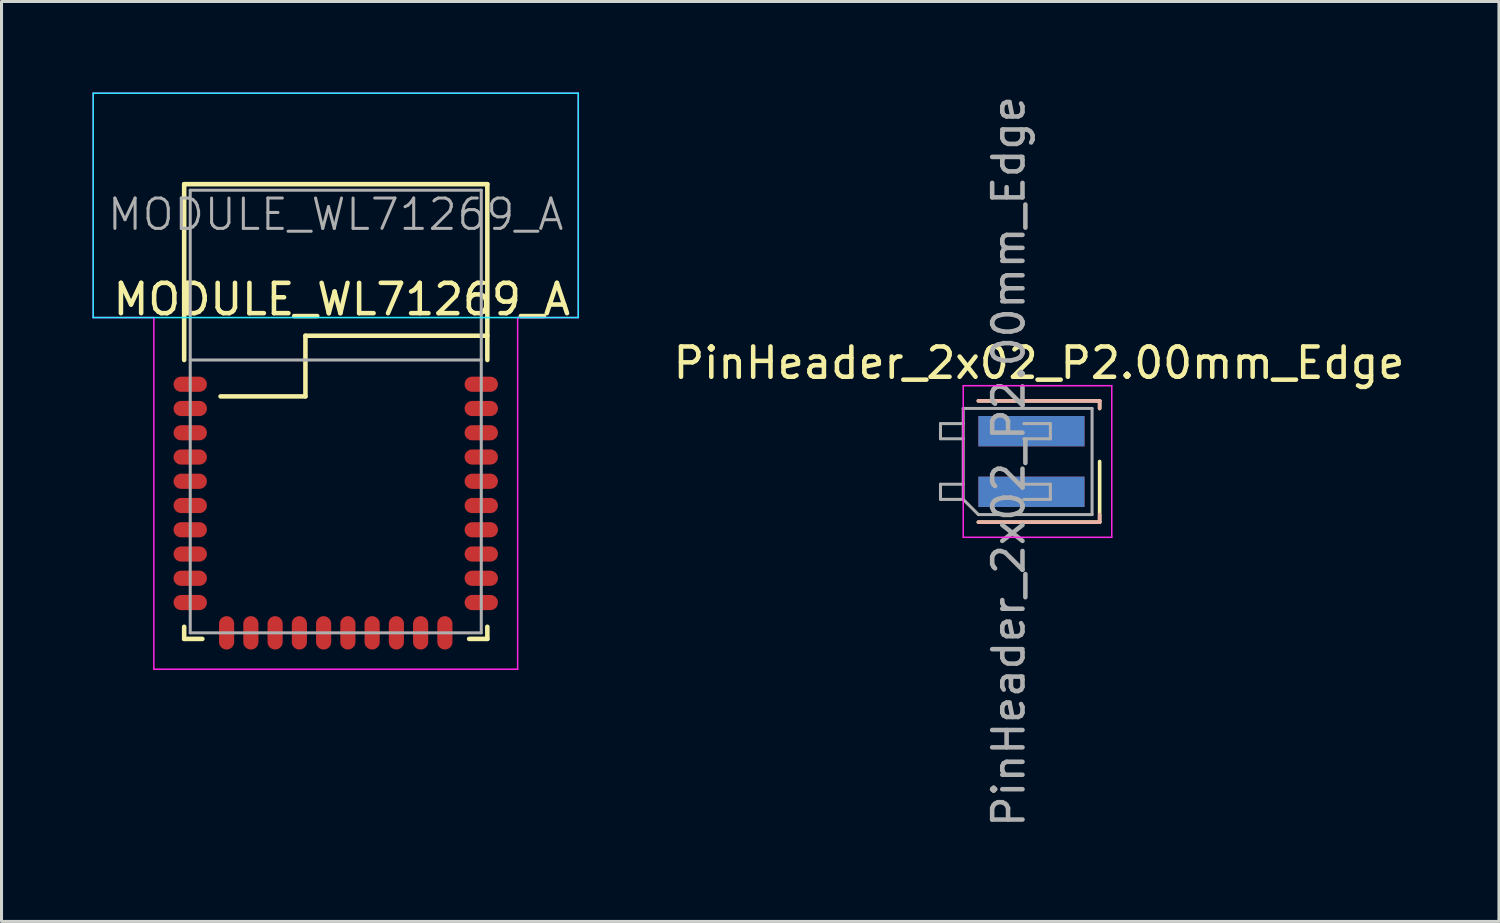
<source format=kicad_pcb>
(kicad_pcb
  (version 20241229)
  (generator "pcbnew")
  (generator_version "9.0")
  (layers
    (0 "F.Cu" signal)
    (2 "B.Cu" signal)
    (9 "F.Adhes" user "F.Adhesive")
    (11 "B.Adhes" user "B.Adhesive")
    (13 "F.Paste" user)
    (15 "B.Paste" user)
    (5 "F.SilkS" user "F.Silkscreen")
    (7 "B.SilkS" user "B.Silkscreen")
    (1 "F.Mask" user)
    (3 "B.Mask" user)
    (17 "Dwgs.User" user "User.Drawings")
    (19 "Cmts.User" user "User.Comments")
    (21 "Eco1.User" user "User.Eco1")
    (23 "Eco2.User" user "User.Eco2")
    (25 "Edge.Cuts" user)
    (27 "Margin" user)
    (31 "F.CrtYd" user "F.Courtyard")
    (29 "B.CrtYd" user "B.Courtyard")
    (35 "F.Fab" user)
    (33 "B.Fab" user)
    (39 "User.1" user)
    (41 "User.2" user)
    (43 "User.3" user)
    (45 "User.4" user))
  (footprint "MODULE_WL71269_A"
    (layer "F.Cu")
    (at 8.025 18.025)
    (property "Reference" "MODULE_WL71269_A" (at 0.2 -11.2 0) (layer "F.SilkS") (effects (font (size 1 1) (thickness 0.15))))
    (attr smd)
    (fp_line (start -5 -15) (end -5 -9.2) (stroke (width 0.15) (type solid)) (layer "F.SilkS"))
    (fp_line (start -5 -0.4) (end -5 0) (stroke (width 0.15) (type solid)) (layer "F.SilkS"))
    (fp_line (start -5 0) (end -4.4 0) (stroke (width 0.15) (type solid)) (layer "F.SilkS"))
    (fp_line (start -1 -10) (end -1 -8) (stroke (width 0.15) (type solid)) (layer "F.SilkS"))
    (fp_line (start -1 -8) (end -3.8 -8) (stroke (width 0.15) (type solid)) (layer "F.SilkS"))
    (fp_line (start 5 -15) (end -5 -15) (stroke (width 0.15) (type solid)) (layer "F.SilkS"))
    (fp_line (start 5 -10) (end -1 -10) (stroke (width 0.15) (type solid)) (layer "F.SilkS"))
    (fp_line (start 5 -9.2) (end 5 -15) (stroke (width 0.15) (type solid)) (layer "F.SilkS"))
    (fp_line (start 5 0) (end 4.4 0) (stroke (width 0.15) (type solid)) (layer "F.SilkS"))
    (fp_line (start 5 0) (end 5 -0.4) (stroke (width 0.15) (type solid)) (layer "F.SilkS"))
    (fp_line (start -8 -18) (end 8 -18) (stroke (width 0.05) (type solid)) (layer "B.CrtYd"))
    (fp_line (start -8 -10.6) (end -8 -18) (stroke (width 0.05) (type solid)) (layer "B.CrtYd"))
    (fp_line (start 8 -18) (end 8 -10.6) (stroke (width 0.05) (type solid)) (layer "B.CrtYd"))
    (fp_line (start 8 -10.6) (end -8 -10.6) (stroke (width 0.05) (type solid)) (layer "B.CrtYd"))
    (fp_line (start -8 -18) (end -8 -10.6) (stroke (width 0.05) (type solid)) (layer "F.CrtYd"))
    (fp_line (start -8 -10.6) (end -6 -10.6) (stroke (width 0.05) (type solid)) (layer "F.CrtYd"))
    (fp_line (start -6 -10.6) (end -6 1) (stroke (width 0.05) (type solid)) (layer "F.CrtYd"))
    (fp_line (start -6 1) (end 6 1) (stroke (width 0.05) (type solid)) (layer "F.CrtYd"))
    (fp_line (start 6 -10.6) (end 8 -10.6) (stroke (width 0.05) (type solid)) (layer "F.CrtYd"))
    (fp_line (start 6 1) (end 6 -10.6) (stroke (width 0.05) (type solid)) (layer "F.CrtYd"))
    (fp_line (start 8 -18) (end -8 -18) (stroke (width 0.05) (type solid)) (layer "F.CrtYd"))
    (fp_line (start 8 -10.6) (end 8 -18) (stroke (width 0.05) (type solid)) (layer "F.CrtYd"))
    (fp_line (start -4.8 -14.8) (end 4.8 -14.8) (stroke (width 0.1) (type solid)) (layer "F.Fab"))
    (fp_line (start -4.8 -9.2) (end 4.8 -9.2) (stroke (width 0.1) (type solid)) (layer "F.Fab"))
    (fp_line (start -4.8 -0.2) (end -4.8 -14.8) (stroke (width 0.1) (type solid)) (layer "F.Fab"))
    (fp_line (start 4.8 -14.8) (end 4.8 -0.2) (stroke (width 0.1) (type solid)) (layer "F.Fab"))
    (fp_line (start 4.8 -0.2) (end -4.8 -0.2) (stroke (width 0.1) (type solid)) (layer "F.Fab"))
    (fp_text user "${REFERENCE}" (at 0 -14 0) (layer "F.Fab") (effects (font (size 1 1) (thickness 0.1))))
    (pad "1" smd oval (at -4.8 -8.4) (size 1.1 0.5) (layers "F.Cu" "F.Mask" "F.Paste"))
    (pad "2" smd oval (at -4.8 -7.6) (size 1.1 0.5) (layers "F.Cu" "F.Mask" "F.Paste"))
    (pad "3" smd oval (at -4.8 -6.8) (size 1.1 0.5) (layers "F.Cu" "F.Mask" "F.Paste"))
    (pad "4" smd oval (at -4.8 -6) (size 1.1 0.5) (layers "F.Cu" "F.Mask" "F.Paste"))
    (pad "5" smd oval (at -4.8 -5.2) (size 1.1 0.5) (layers "F.Cu" "F.Mask" "F.Paste"))
    (pad "6" smd oval (at -4.8 -4.4) (size 1.1 0.5) (layers "F.Cu" "F.Mask" "F.Paste"))
    (pad "7" smd oval (at -4.8 -3.6) (size 1.1 0.5) (layers "F.Cu" "F.Mask" "F.Paste"))
    (pad "8" smd oval (at -4.8 -2.8) (size 1.1 0.5) (layers "F.Cu" "F.Mask" "F.Paste"))
    (pad "9" smd oval (at -4.8 -2) (size 1.1 0.5) (layers "F.Cu" "F.Mask" "F.Paste"))
    (pad "10" smd oval (at -4.8 -1.2) (size 1.1 0.5) (layers "F.Cu" "F.Mask" "F.Paste"))
    (pad "11" smd oval (at -3.6 -0.2) (size 0.5 1.1) (layers "F.Cu" "F.Mask" "F.Paste"))
    (pad "12" smd oval (at -2.8 -0.2) (size 0.5 1.1) (layers "F.Cu" "F.Mask" "F.Paste"))
    (pad "13" smd oval (at -2 -0.2) (size 0.5 1.1) (layers "F.Cu" "F.Mask" "F.Paste"))
    (pad "14" smd oval (at -1.2 -0.2) (size 0.5 1.1) (layers "F.Cu" "F.Mask" "F.Paste"))
    (pad "15" smd oval (at -0.4 -0.2) (size 0.5 1.1) (layers "F.Cu" "F.Mask" "F.Paste"))
    (pad "16" smd oval (at 0.4 -0.2) (size 0.5 1.1) (layers "F.Cu" "F.Mask" "F.Paste"))
    (pad "17" smd oval (at 1.2 -0.2) (size 0.5 1.1) (layers "F.Cu" "F.Mask" "F.Paste"))
    (pad "18" smd oval (at 2 -0.2) (size 0.5 1.1) (layers "F.Cu" "F.Mask" "F.Paste"))
    (pad "19" smd oval (at 2.8 -0.2) (size 0.5 1.1) (layers "F.Cu" "F.Mask" "F.Paste"))
    (pad "20" smd oval (at 3.6 -0.2) (size 0.5 1.1) (layers "F.Cu" "F.Mask" "F.Paste"))
    (pad "21" smd oval (at 4.8 -1.2) (size 1.1 0.5) (layers "F.Cu" "F.Mask" "F.Paste"))
    (pad "22" smd oval (at 4.8 -2) (size 1.1 0.5) (layers "F.Cu" "F.Mask" "F.Paste"))
    (pad "23" smd oval (at 4.8 -2.8) (size 1.1 0.5) (layers "F.Cu" "F.Mask" "F.Paste"))
    (pad "24" smd oval (at 4.8 -3.6) (size 1.1 0.5) (layers "F.Cu" "F.Mask" "F.Paste"))
    (pad "25" smd oval (at 4.8 -4.4) (size 1.1 0.5) (layers "F.Cu" "F.Mask" "F.Paste"))
    (pad "26" smd oval (at 4.8 -5.2) (size 1.1 0.5) (layers "F.Cu" "F.Mask" "F.Paste"))
    (pad "27" smd oval (at 4.8 -6) (size 1.1 0.5) (layers "F.Cu" "F.Mask" "F.Paste"))
    (pad "28" smd oval (at 4.8 -6.8) (size 1.1 0.5) (layers "F.Cu" "F.Mask" "F.Paste"))
    (pad "29" smd oval (at 4.8 -7.6) (size 1.1 0.5) (layers "F.Cu" "F.Mask" "F.Paste"))
    (pad "30" smd oval (at 4.8 -8.4) (size 1.1 0.5) (layers "F.Cu" "F.Mask" "F.Paste")))
  (footprint "PinHeader_2x02_P2.00mm_Edge"
    (layer "F.Cu")
    (at 28.723 12.173)
    (property "Reference" "PinHeader_2x02_P2.00mm_Edge" (at 2.5 -3.25 0) (layer "F.SilkS") (effects (font (size 1 1) (thickness 0.15))))
    (attr smd)
    (fp_line (start 0.5 -2) (end 4.5 -2) (stroke (width 0.12) (type solid)) (layer "F.SilkS"))
    (fp_line (start 0.5 2) (end 4.5 2) (stroke (width 0.12) (type solid)) (layer "F.SilkS"))
    (fp_line (start 4.5 -2) (end 4.5 -1.75) (stroke (width 0.12) (type solid)) (layer "F.SilkS"))
    (fp_line (start 4.5 0) (end 4.5 2) (stroke (width 0.12) (type solid)) (layer "F.SilkS"))
    (fp_line (start 0.5 -2) (end 4.5 -2) (stroke (width 0.12) (type solid)) (layer "B.SilkS"))
    (fp_line (start 0.5 2) (end 4.5 2) (stroke (width 0.12) (type solid)) (layer "B.SilkS"))
    (fp_line (start 4.5 -2) (end 4.5 -1.75) (stroke (width 0.12) (type solid)) (layer "B.SilkS"))
    (fp_line (start 4.5 1.75) (end 4.5 2) (stroke (width 0.12) (type solid)) (layer "B.SilkS"))
    (fp_line (start 0 -2.5) (end 0 2.5) (stroke (width 0.05) (type solid)) (layer "F.CrtYd"))
    (fp_line (start 0 2.5) (end 4.9 2.5) (stroke (width 0.05) (type solid)) (layer "F.CrtYd"))
    (fp_line (start 4.9 -2.5) (end 0 -2.5) (stroke (width 0.05) (type solid)) (layer "F.CrtYd"))
    (fp_line (start 4.9 2.5) (end 4.9 -2.5) (stroke (width 0.05) (type solid)) (layer "F.CrtYd"))
    (fp_line (start -0.75 -1.25) (end -0.75 -0.75) (stroke (width 0.1) (type solid)) (layer "F.Fab"))
    (fp_line (start -0.75 -0.75) (end 0 -0.75) (stroke (width 0.1) (type solid)) (layer "F.Fab"))
    (fp_line (start -0.75 0.75) (end -0.75 1.25) (stroke (width 0.1) (type solid)) (layer "F.Fab"))
    (fp_line (start -0.75 1.25) (end 0 1.25) (stroke (width 0.1) (type solid)) (layer "F.Fab"))
    (fp_line (start 0 -1.75) (end 4.25 -1.75) (stroke (width 0.1) (type solid)) (layer "F.Fab"))
    (fp_line (start 0 -1.25) (end -0.75 -1.25) (stroke (width 0.1) (type solid)) (layer "F.Fab"))
    (fp_line (start 0 0.75) (end -0.75 0.75) (stroke (width 0.1) (type solid)) (layer "F.Fab"))
    (fp_line (start 0 1.25) (end 0 -1.75) (stroke (width 0.1) (type solid)) (layer "F.Fab"))
    (fp_line (start 0.5 1.75) (end 0 1.25) (stroke (width 0.1) (type solid)) (layer "F.Fab"))
    (fp_line (start 2 -1.25) (end 2.875 -1.25) (stroke (width 0.1) (type solid)) (layer "F.Fab"))
    (fp_line (start 2 0.75) (end 2.875 0.75) (stroke (width 0.1) (type solid)) (layer "F.Fab"))
    (fp_line (start 2.875 -1.25) (end 2.875 -0.75) (stroke (width 0.1) (type solid)) (layer "F.Fab"))
    (fp_line (start 2.875 -0.75) (end 2 -0.75) (stroke (width 0.1) (type solid)) (layer "F.Fab"))
    (fp_line (start 2.875 0.75) (end 2.875 1.25) (stroke (width 0.1) (type solid)) (layer "F.Fab"))
    (fp_line (start 2.875 1.25) (end 2 1.25) (stroke (width 0.1) (type solid)) (layer "F.Fab"))
    (fp_line (start 4.25 -1.75) (end 4.25 1.75) (stroke (width 0.1) (type solid)) (layer "F.Fab"))
    (fp_line (start 4.25 1.75) (end 0.5 1.75) (stroke (width 0.1) (type solid)) (layer "F.Fab"))
    (fp_text user "${REFERENCE}" (at 1.5 0 90) (layer "F.Fab") (effects (font (size 1 1) (thickness 0.15))))
    (pad "1" smd rect (at 2.25 1) (size 3.5 1) (layers "F.Cu" "F.Mask" "F.Paste"))
    (pad "2" smd rect (at 2.25 1) (size 3.5 1) (layers "F.Mask" "B.Cu" "F.Paste"))
    (pad "3" smd rect (at 2.25 -1) (size 3.5 1) (layers "F.Cu" "F.Mask" "F.Paste"))
    (pad "4" smd rect (at 2.25 -1) (size 3.5 1) (layers "F.Mask" "B.Cu" "F.Paste")))
  (gr_rect
    (start -3 -3)
    (end 46.395 27.345)
    (stroke (width 0.1) (type default))
    (fill no)
    (layer "Edge.Cuts")))
</source>
